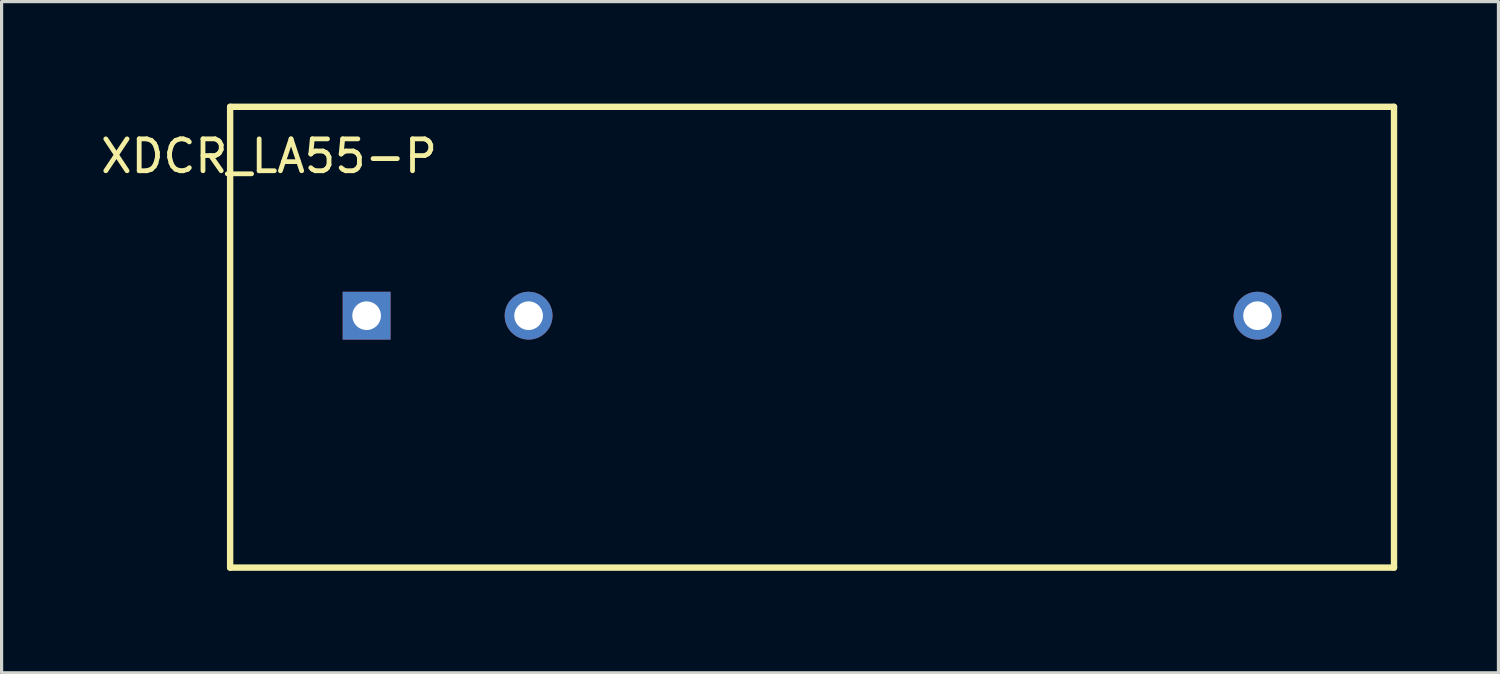
<source format=kicad_pcb>
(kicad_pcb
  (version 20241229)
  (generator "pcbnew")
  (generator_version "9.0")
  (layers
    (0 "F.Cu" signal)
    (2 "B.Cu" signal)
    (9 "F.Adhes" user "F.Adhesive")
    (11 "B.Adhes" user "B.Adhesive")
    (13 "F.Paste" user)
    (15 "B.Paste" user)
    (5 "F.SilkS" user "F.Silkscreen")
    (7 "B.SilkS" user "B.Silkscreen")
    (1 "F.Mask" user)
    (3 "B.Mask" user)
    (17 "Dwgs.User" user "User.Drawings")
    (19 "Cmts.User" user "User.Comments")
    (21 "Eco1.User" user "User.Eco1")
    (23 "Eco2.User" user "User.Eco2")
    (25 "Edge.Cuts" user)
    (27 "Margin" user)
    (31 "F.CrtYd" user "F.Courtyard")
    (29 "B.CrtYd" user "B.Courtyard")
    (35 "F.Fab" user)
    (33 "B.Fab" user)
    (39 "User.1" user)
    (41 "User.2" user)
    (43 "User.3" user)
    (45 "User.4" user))
  (footprint "XDCR_LA55-P"
    (layer "F.Cu")
    (at 22.417 7.525)
    (property "Reference" "XDCR_LA55-P" (at -17.03 -5.675 0) (layer "F.SilkS") (effects (font (size 1 1) (thickness 0.15))))
    (fp_line (start -18.25 -7.225) (end 18.25 -7.225) (stroke (width 0.2) (type solid)) (layer "F.SilkS"))
    (fp_line (start -18.25 7.225) (end -18.25 -7.225) (stroke (width 0.2) (type solid)) (layer "F.SilkS"))
    (fp_line (start -18.25 7.225) (end 18.25 7.225) (stroke (width 0.2) (type solid)) (layer "F.SilkS"))
    (fp_line (start 18.25 7.225) (end 18.25 -7.225) (stroke (width 0.2) (type solid)) (layer "F.SilkS"))
    (fp_line (start -18.5 -7.5) (end 18.5 -7.5) (stroke (width 0.05) (type solid)) (layer "Eco2.User"))
    (fp_line (start -18.5 7.5) (end -18.5 -7.5) (stroke (width 0.05) (type solid)) (layer "Eco2.User"))
    (fp_line (start -18.5 7.5) (end 18.5 7.5) (stroke (width 0.05) (type solid)) (layer "Eco2.User"))
    (fp_line (start 18.5 7.5) (end 18.5 -7.5) (stroke (width 0.05) (type solid)) (layer "Eco2.User"))
    (pad "1" thru_hole rect (at -13.97 -0.675) (size 1.5 1.5) (drill 0.9) (layers "*.Cu" "*.Mask"))
    (pad "2" thru_hole circle (at -8.89 -0.675) (size 1.5 1.5) (drill 0.9) (layers "*.Cu" "*.Mask"))
    (pad "3" thru_hole circle (at 13.97 -0.675) (size 1.5 1.5) (drill 0.9) (layers "*.Cu" "*.Mask")))
  (gr_rect
    (start -3 -3)
    (end 43.942 18.05)
    (stroke (width 0.1) (type default))
    (fill no)
    (layer "Edge.Cuts")))
</source>
